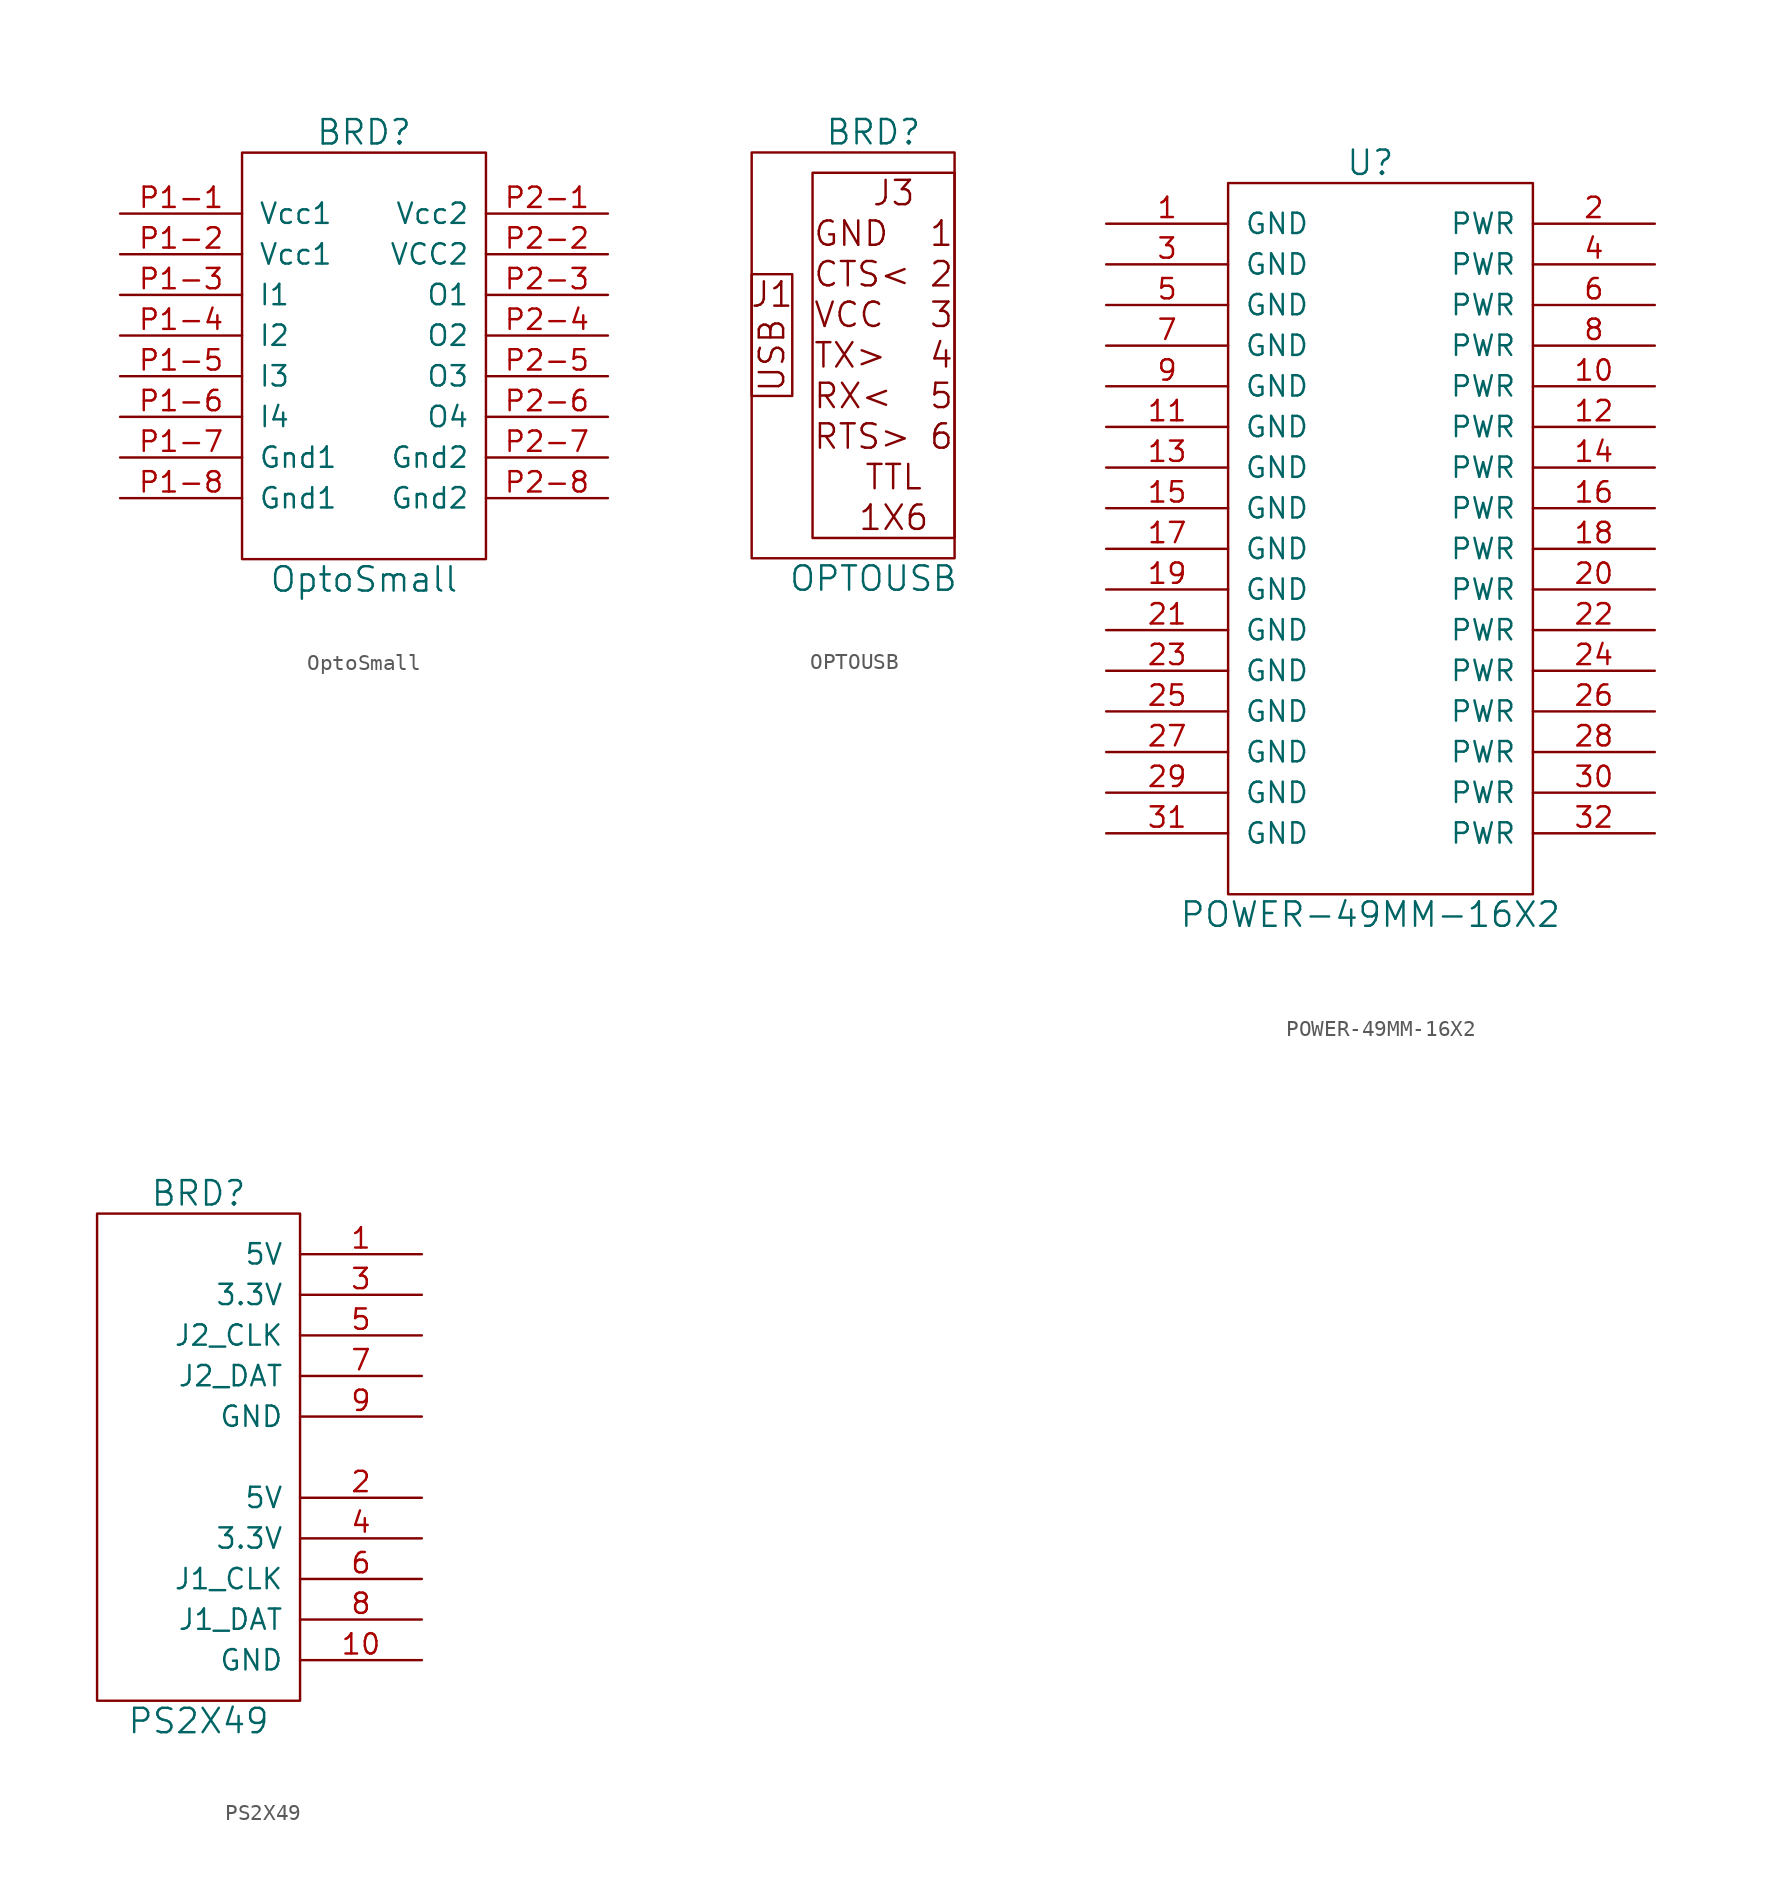
<source format=kicad_sym>
(kicad_symbol_lib
  (version 20220914)
  (generator kicad_symbol_editor)
  (symbol "OptoSmall"
    (pin_names
      (offset 1.016))
    (property "Reference" "BRD"
      (at 0 13.97 0)
      (effects (font (size 1.524 1.524))))
    (property "Value" "OptoSmall"
      (at 0 -13.97 0)
      (effects (font (size 1.524 1.524))))
    (property "Footprint" ""
      (at 0 -12.7 0)
      (effects (font (size 1.524 1.524))))
    (property "Datasheet" ""
      (at 0 -12.7 0)
      (effects (font (size 1.524 1.524))))
    (symbol "OptoSmall_0_0"
      (rectangle (start -7.62 -12.7) (end 7.62 12.7) (stroke (width 0) (type default)) (fill (type none))))
    (symbol "OptoSmall_1_1"
      (pin power_in line (at -15.24 8.89 0) (length 7.62) (name "Vcc1" (effects (font (size 1.27 1.27)))) (number "P1-1" (effects (font (size 1.27 1.27)))))
      (pin power_in line (at -15.24 6.35 0) (length 7.62) (name "Vcc1" (effects (font (size 1.27 1.27)))) (number "P1-2" (effects (font (size 1.27 1.27)))))
      (pin power_in line (at -15.24 3.81 0) (length 7.62) (name "I1" (effects (font (size 1.27 1.27)))) (number "P1-3" (effects (font (size 1.27 1.27)))))
      (pin power_in line (at -15.24 1.27 0) (length 7.62) (name "I2" (effects (font (size 1.27 1.27)))) (number "P1-4" (effects (font (size 1.27 1.27)))))
      (pin power_in line (at -15.24 -1.27 0) (length 7.62) (name "I3" (effects (font (size 1.27 1.27)))) (number "P1-5" (effects (font (size 1.27 1.27)))))
      (pin power_in line (at -15.24 -3.81 0) (length 7.62) (name "I4" (effects (font (size 1.27 1.27)))) (number "P1-6" (effects (font (size 1.27 1.27)))))
      (pin power_in line (at -15.24 -6.35 0) (length 7.62) (name "Gnd1" (effects (font (size 1.27 1.27)))) (number "P1-7" (effects (font (size 1.27 1.27)))))
      (pin power_in line (at -15.24 -8.89 0) (length 7.62) (name "Gnd1" (effects (font (size 1.27 1.27)))) (number "P1-8" (effects (font (size 1.27 1.27)))))
      (pin power_out line (at 15.24 8.89 180) (length 7.62) (name "Vcc2" (effects (font (size 1.27 1.27)))) (number "P2-1" (effects (font (size 1.27 1.27)))))
      (pin power_out line (at 15.24 6.35 180) (length 7.62) (name "VCC2" (effects (font (size 1.27 1.27)))) (number "P2-2" (effects (font (size 1.27 1.27)))))
      (pin power_out line (at 15.24 3.81 180) (length 7.62) (name "O1" (effects (font (size 1.27 1.27)))) (number "P2-3" (effects (font (size 1.27 1.27)))))
      (pin input line (at 15.24 1.27 180) (length 7.62) (name "O2" (effects (font (size 1.27 1.27)))) (number "P2-4" (effects (font (size 1.27 1.27)))))
      (pin power_out line (at 15.24 -1.27 180) (length 7.62) (name "O3" (effects (font (size 1.27 1.27)))) (number "P2-5" (effects (font (size 1.27 1.27)))))
      (pin output line (at 15.24 -3.81 180) (length 7.62) (name "O4" (effects (font (size 1.27 1.27)))) (number "P2-6" (effects (font (size 1.27 1.27)))))
      (pin input line (at 15.24 -6.35 180) (length 7.62) (name "Gnd2" (effects (font (size 1.27 1.27)))) (number "P2-7" (effects (font (size 1.27 1.27)))))
      (pin output line (at 15.24 -8.89 180) (length 7.62) (name "Gnd2" (effects (font (size 1.27 1.27)))) (number "P2-8" (effects (font (size 1.27 1.27)))))))
  (symbol "OPTOUSB"
    (pin_names
      (offset 1.016))
    (property "Reference" "BRD"
      (at 0 21.59 0)
      (effects (font (size 1.524 1.524))))
    (property "Value" "OPTOUSB"
      (at 0 -6.35 0)
      (effects (font (size 1.524 1.524))))
    (property "Footprint" ""
      (at 0 0 0)
      (effects (font (size 1.524 1.524))))
    (property "Datasheet" ""
      (at 0 0 0)
      (effects (font (size 1.524 1.524))))
    (symbol "OPTOUSB_0_0"
      (rectangle (start -7.62 -5.08) (end 5.08 20.32) (stroke (width 0) (type default)) (fill (type none)))
      (rectangle (start -7.62 12.7) (end -5.08 5.08) (stroke (width 0) (type default)) (fill (type none)))
      (text "1" (at 5.08 15.24 0) (effects (font (size 1.524 1.524)) (justify right)))
      (text "1X6" (at 1.27 -2.54 0) (effects (font (size 1.524 1.524))))
      (text "2" (at 5.08 12.7 0) (effects (font (size 1.524 1.524)) (justify right)))
      (text "3" (at 5.08 10.16 0) (effects (font (size 1.524 1.524)) (justify right)))
      (text "4" (at 5.08 7.62 0) (effects (font (size 1.524 1.524)) (justify right)))
      (text "5" (at 5.08 5.08 0) (effects (font (size 1.524 1.524)) (justify right)))
      (text "6" (at 5.08 2.54 0) (effects (font (size 1.524 1.524)) (justify right)))
      (text "CTS<" (at -3.81 12.7 0) (effects (font (size 1.524 1.524)) (justify left)))
      (text "GND" (at -3.81 15.24 0) (effects (font (size 1.524 1.524)) (justify left)))
      (text "J1" (at -6.35 11.43 0) (effects (font (size 1.524 1.524))))
      (text "J3" (at 1.27 17.78 0) (effects (font (size 1.524 1.524))))
      (text "RTS>" (at -3.81 2.54 0) (effects (font (size 1.524 1.524)) (justify left)))
      (text "RX<" (at -3.81 5.08 0) (effects (font (size 1.524 1.524)) (justify left)))
      (text "TTL" (at 1.27 0 0) (effects (font (size 1.524 1.524))))
      (text "TX>" (at -3.81 7.62 0) (effects (font (size 1.524 1.524)) (justify left)))
      (text "USB" (at -6.35 7.62 900) (effects (font (size 1.524 1.524))))
      (text "VCC" (at -3.81 10.16 0) (effects (font (size 1.524 1.524)) (justify left))))
    (symbol "OPTOUSB_0_1"
      (rectangle (start 5.08 19.05) (end -3.81 -3.81) (stroke (width 0) (type default)) (fill (type none)))))
  (symbol "POWER-49MM-16X2"
    (pin_names
      (offset 1.016))
    (property "Reference" "U"
      (at 0 22.86 0)
      (effects (font (size 1.524 1.524))))
    (property "Value" "POWER-49MM-16X2"
      (at 0 -24.13 0)
      (effects (font (size 1.524 1.524))))
    (property "Footprint" ""
      (at 3.81 -2.54 0)
      (effects (font (size 1.524 1.524))))
    (property "Datasheet" ""
      (at 3.81 -2.54 0)
      (effects (font (size 1.524 1.524))))
    (symbol "POWER-49MM-16X2_0_1"
      (rectangle (start -8.89 -22.86) (end 10.16 21.59) (stroke (width 0) (type default)) (fill (type none))))
    (symbol "POWER-49MM-16X2_1_1"
      (pin input line (at -16.51 19.05 0) (length 7.62) (name "GND" (effects (font (size 1.27 1.27)))) (number "1" (effects (font (size 1.27 1.27)))))
      (pin power_in line (at 17.78 8.89 180) (length 7.62) (name "PWR" (effects (font (size 1.27 1.27)))) (number "10" (effects (font (size 1.27 1.27)))))
      (pin input line (at -16.51 6.35 0) (length 7.62) (name "GND" (effects (font (size 1.27 1.27)))) (number "11" (effects (font (size 1.27 1.27)))))
      (pin power_in line (at 17.78 6.35 180) (length 7.62) (name "PWR" (effects (font (size 1.27 1.27)))) (number "12" (effects (font (size 1.27 1.27)))))
      (pin input line (at -16.51 3.81 0) (length 7.62) (name "GND" (effects (font (size 1.27 1.27)))) (number "13" (effects (font (size 1.27 1.27)))))
      (pin power_in line (at 17.78 3.81 180) (length 7.62) (name "PWR" (effects (font (size 1.27 1.27)))) (number "14" (effects (font (size 1.27 1.27)))))
      (pin input line (at -16.51 1.27 0) (length 7.62) (name "GND" (effects (font (size 1.27 1.27)))) (number "15" (effects (font (size 1.27 1.27)))))
      (pin power_in line (at 17.78 1.27 180) (length 7.62) (name "PWR" (effects (font (size 1.27 1.27)))) (number "16" (effects (font (size 1.27 1.27)))))
      (pin input line (at -16.51 -1.27 0) (length 7.62) (name "GND" (effects (font (size 1.27 1.27)))) (number "17" (effects (font (size 1.27 1.27)))))
      (pin power_in line (at 17.78 -1.27 180) (length 7.62) (name "PWR" (effects (font (size 1.27 1.27)))) (number "18" (effects (font (size 1.27 1.27)))))
      (pin input line (at -16.51 -3.81 0) (length 7.62) (name "GND" (effects (font (size 1.27 1.27)))) (number "19" (effects (font (size 1.27 1.27)))))
      (pin power_in line (at 17.78 19.05 180) (length 7.62) (name "PWR" (effects (font (size 1.27 1.27)))) (number "2" (effects (font (size 1.27 1.27)))))
      (pin power_in line (at 17.78 -3.81 180) (length 7.62) (name "PWR" (effects (font (size 1.27 1.27)))) (number "20" (effects (font (size 1.27 1.27)))))
      (pin input line (at -16.51 -6.35 0) (length 7.62) (name "GND" (effects (font (size 1.27 1.27)))) (number "21" (effects (font (size 1.27 1.27)))))
      (pin power_in line (at 17.78 -6.35 180) (length 7.62) (name "PWR" (effects (font (size 1.27 1.27)))) (number "22" (effects (font (size 1.27 1.27)))))
      (pin input line (at -16.51 -8.89 0) (length 7.62) (name "GND" (effects (font (size 1.27 1.27)))) (number "23" (effects (font (size 1.27 1.27)))))
      (pin power_in line (at 17.78 -8.89 180) (length 7.62) (name "PWR" (effects (font (size 1.27 1.27)))) (number "24" (effects (font (size 1.27 1.27)))))
      (pin input line (at -16.51 -11.43 0) (length 7.62) (name "GND" (effects (font (size 1.27 1.27)))) (number "25" (effects (font (size 1.27 1.27)))))
      (pin power_in line (at 17.78 -11.43 180) (length 7.62) (name "PWR" (effects (font (size 1.27 1.27)))) (number "26" (effects (font (size 1.27 1.27)))))
      (pin input line (at -16.51 -13.97 0) (length 7.62) (name "GND" (effects (font (size 1.27 1.27)))) (number "27" (effects (font (size 1.27 1.27)))))
      (pin power_in line (at 17.78 -13.97 180) (length 7.62) (name "PWR" (effects (font (size 1.27 1.27)))) (number "28" (effects (font (size 1.27 1.27)))))
      (pin input line (at -16.51 -16.51 0) (length 7.62) (name "GND" (effects (font (size 1.27 1.27)))) (number "29" (effects (font (size 1.27 1.27)))))
      (pin input line (at -16.51 16.51 0) (length 7.62) (name "GND" (effects (font (size 1.27 1.27)))) (number "3" (effects (font (size 1.27 1.27)))))
      (pin power_in line (at 17.78 -16.51 180) (length 7.62) (name "PWR" (effects (font (size 1.27 1.27)))) (number "30" (effects (font (size 1.27 1.27)))))
      (pin input line (at -16.51 -19.05 0) (length 7.62) (name "GND" (effects (font (size 1.27 1.27)))) (number "31" (effects (font (size 1.27 1.27)))))
      (pin power_in line (at 17.78 -19.05 180) (length 7.62) (name "PWR" (effects (font (size 1.27 1.27)))) (number "32" (effects (font (size 1.27 1.27)))))
      (pin power_in line (at 17.78 16.51 180) (length 7.62) (name "PWR" (effects (font (size 1.27 1.27)))) (number "4" (effects (font (size 1.27 1.27)))))
      (pin input line (at -16.51 13.97 0) (length 7.62) (name "GND" (effects (font (size 1.27 1.27)))) (number "5" (effects (font (size 1.27 1.27)))))
      (pin power_in line (at 17.78 13.97 180) (length 7.62) (name "PWR" (effects (font (size 1.27 1.27)))) (number "6" (effects (font (size 1.27 1.27)))))
      (pin input line (at -16.51 11.43 0) (length 7.62) (name "GND" (effects (font (size 1.27 1.27)))) (number "7" (effects (font (size 1.27 1.27)))))
      (pin power_in line (at 17.78 11.43 180) (length 7.62) (name "PWR" (effects (font (size 1.27 1.27)))) (number "8" (effects (font (size 1.27 1.27)))))
      (pin input line (at -16.51 8.89 0) (length 7.62) (name "GND" (effects (font (size 1.27 1.27)))) (number "9" (effects (font (size 1.27 1.27)))))))
  (symbol "PS2X49"
    (pin_names
      (offset 1.016))
    (property "Reference" "BRD"
      (at 0 16.51 0)
      (effects (font (size 1.524 1.524))))
    (property "Value" "PS2X49"
      (at 0 -16.51 0)
      (effects (font (size 1.524 1.524))))
    (property "Footprint" ""
      (at 1.27 -2.54 0)
      (effects (font (size 1.524 1.524))))
    (property "Datasheet" ""
      (at 1.27 -2.54 0)
      (effects (font (size 1.524 1.524))))
    (symbol "PS2X49_0_0"
      (rectangle (start -6.35 15.24) (end 6.35 -15.24) (stroke (width 0) (type default)) (fill (type none))))
    (symbol "PS2X49_1_1"
      (pin power_in line (at 13.97 12.7 180) (length 7.62) (name "5V" (effects (font (size 1.27 1.27)))) (number "1" (effects (font (size 1.27 1.27)))))
      (pin power_in line (at 13.97 -12.7 180) (length 7.62) (name "GND" (effects (font (size 1.27 1.27)))) (number "10" (effects (font (size 1.27 1.27)))))
      (pin power_in line (at 13.97 -2.54 180) (length 7.62) (name "5V" (effects (font (size 1.27 1.27)))) (number "2" (effects (font (size 1.27 1.27)))))
      (pin power_in line (at 13.97 10.16 180) (length 7.62) (name "3.3V" (effects (font (size 1.27 1.27)))) (number "3" (effects (font (size 1.27 1.27)))))
      (pin power_in line (at 13.97 -5.08 180) (length 7.62) (name "3.3V" (effects (font (size 1.27 1.27)))) (number "4" (effects (font (size 1.27 1.27)))))
      (pin input line (at 13.97 7.62 180) (length 7.62) (name "J2_CLK" (effects (font (size 1.27 1.27)))) (number "5" (effects (font (size 1.27 1.27)))))
      (pin input line (at 13.97 -7.62 180) (length 7.62) (name "J1_CLK" (effects (font (size 1.27 1.27)))) (number "6" (effects (font (size 1.27 1.27)))))
      (pin input line (at 13.97 5.08 180) (length 7.62) (name "J2_DAT" (effects (font (size 1.27 1.27)))) (number "7" (effects (font (size 1.27 1.27)))))
      (pin input line (at 13.97 -10.16 180) (length 7.62) (name "J1_DAT" (effects (font (size 1.27 1.27)))) (number "8" (effects (font (size 1.27 1.27)))))
      (pin power_in line (at 13.97 2.54 180) (length 7.62) (name "GND" (effects (font (size 1.27 1.27)))) (number "9" (effects (font (size 1.27 1.27))))))))
</source>
